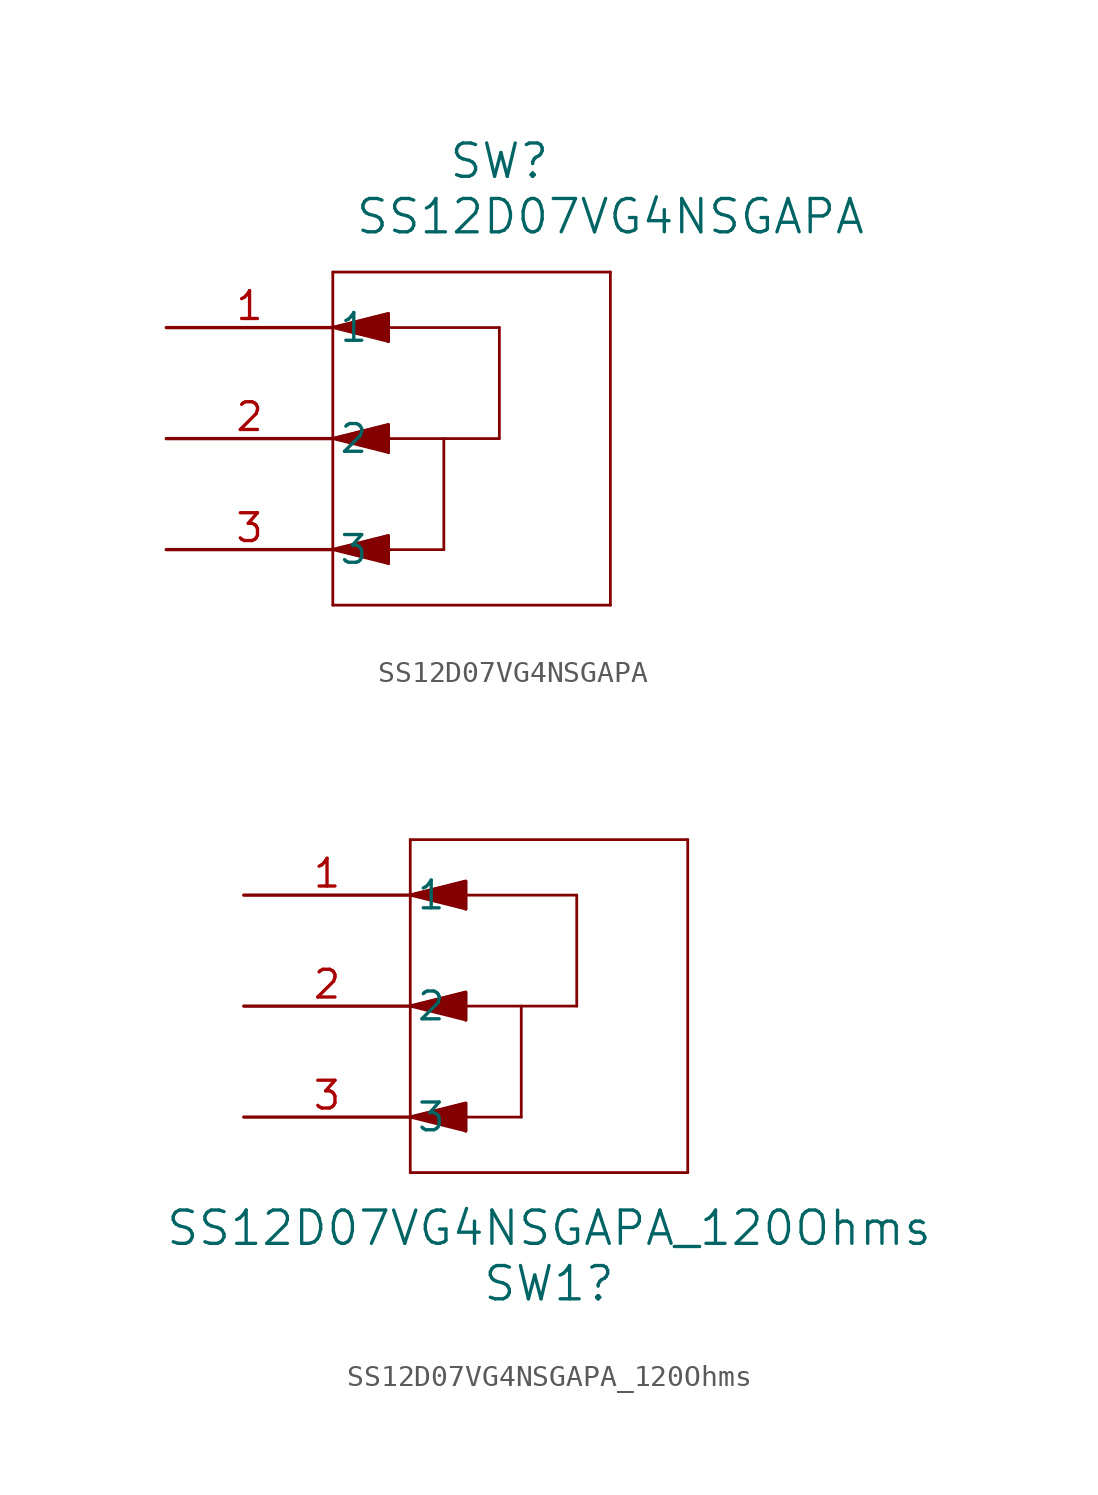
<source format=kicad_sym>
(kicad_symbol_lib
  (version 20231120)
  (generator "kicad_symbol_editor")
  (generator_version "8.0")
  (symbol "SS12D07VG4NSGAPA"
    (pin_names
      (offset 0.254))
    (property "Reference" "SW"
      (at 15.24 7.62 0)
      (effects (font (size 1.524 1.524))))
    (property "Value" "SS12D07VG4NSGAPA"
      (at 20.32 5.08 0)
      (effects (font (size 1.524 1.524))))
    (property "ki_locked" ""
      (at 0 0 0)
      (effects (font (size 1.27 1.27))))
    (symbol "SS12D07VG4NSGAPA_0_1"
      (polyline (pts (xy 7.62 -12.7) (xy 20.32 -12.7)) (stroke (width 0.127) (type default)) (fill (type none)))
      (polyline (pts (xy 7.62 -10.16) (xy 10.16 -9.525)) (stroke (width 0.127) (type default)) (fill (type none)))
      (polyline (pts (xy 7.62 -5.08) (xy 10.16 -4.445)) (stroke (width 0.127) (type default)) (fill (type none)))
      (polyline (pts (xy 7.62 -5.08) (xy 15.24 -5.08)) (stroke (width 0.127) (type default)) (fill (type none)))
      (polyline (pts (xy 7.62 0) (xy 10.16 0.635)) (stroke (width 0.127) (type default)) (fill (type none)))
      (polyline (pts (xy 7.62 0) (xy 15.24 0)) (stroke (width 0.127) (type default)) (fill (type none)))
      (polyline (pts (xy 7.62 2.54) (xy 7.62 -12.7)) (stroke (width 0.127) (type default)) (fill (type none)))
      (polyline (pts (xy 10.16 -10.795) (xy 7.62 -10.16)) (stroke (width 0.127) (type default)) (fill (type none)))
      (polyline (pts (xy 10.16 -9.525) (xy 10.16 -10.795)) (stroke (width 0.127) (type default)) (fill (type none)))
      (polyline (pts (xy 10.16 -5.715) (xy 7.62 -5.08)) (stroke (width 0.127) (type default)) (fill (type none)))
      (polyline (pts (xy 10.16 -4.445) (xy 10.16 -5.715)) (stroke (width 0.127) (type default)) (fill (type none)))
      (polyline (pts (xy 10.16 -0.635) (xy 7.62 0)) (stroke (width 0.127) (type default)) (fill (type none)))
      (polyline (pts (xy 10.16 0.635) (xy 10.16 -0.635)) (stroke (width 0.127) (type default)) (fill (type none)))
      (polyline (pts (xy 12.7 -10.16) (xy 7.62 -10.16)) (stroke (width 0.127) (type default)) (fill (type none)))
      (polyline (pts (xy 12.7 -5.08) (xy 12.7 -10.16)) (stroke (width 0.127) (type default)) (fill (type none)))
      (polyline (pts (xy 15.24 0) (xy 15.24 -5.08)) (stroke (width 0.127) (type default)) (fill (type none)))
      (polyline (pts (xy 20.32 -12.7) (xy 20.32 2.54)) (stroke (width 0.127) (type default)) (fill (type none)))
      (polyline (pts (xy 20.32 2.54) (xy 7.62 2.54)) (stroke (width 0.127) (type default)) (fill (type none)))
      (polyline (pts (xy 7.62 -10.16) (xy 10.16 -9.525) (xy 10.16 -10.795)) (stroke (width 0) (type default)) (fill (type outline)))
      (polyline (pts (xy 7.62 -5.08) (xy 10.16 -4.445) (xy 10.16 -5.715)) (stroke (width 0) (type default)) (fill (type outline)))
      (polyline (pts (xy 7.62 0) (xy 10.16 0.635) (xy 10.16 -0.635)) (stroke (width 0) (type default)) (fill (type outline)))
      (pin unspecified line (at 0 0 0) (length 7.62) (name "1" (effects (font (size 1.27 1.27)))) (number "1" (effects (font (size 1.27 1.27)))))
      (pin unspecified line (at 0 -5.08 0) (length 7.62) (name "2" (effects (font (size 1.27 1.27)))) (number "2" (effects (font (size 1.27 1.27)))))
      (pin unspecified line (at 0 -10.16 0) (length 7.62) (name "3" (effects (font (size 1.27 1.27)))) (number "3" (effects (font (size 1.27 1.27)))))))
  (symbol "SS12D07VG4NSGAPA_120Ohms"
    (pin_names
      (offset 0.254))
    (property "Reference" "SW1"
      (at 13.97 -17.78 0)
      (effects (font (size 1.524 1.524))))
    (property "Value" "SS12D07VG4NSGAPA_120Ohms"
      (at 13.97 -15.24 0)
      (effects (font (size 1.524 1.524))))
    (property "ki_locked" ""
      (at 0 0 0)
      (effects (font (size 1.27 1.27))))
    (symbol "SS12D07VG4NSGAPA_120Ohms_0_1"
      (polyline (pts (xy 7.62 -12.7) (xy 20.32 -12.7)) (stroke (width 0.127) (type default)) (fill (type none)))
      (polyline (pts (xy 7.62 -10.16) (xy 10.16 -9.525)) (stroke (width 0.127) (type default)) (fill (type none)))
      (polyline (pts (xy 7.62 -5.08) (xy 10.16 -4.445)) (stroke (width 0.127) (type default)) (fill (type none)))
      (polyline (pts (xy 7.62 -5.08) (xy 15.24 -5.08)) (stroke (width 0.127) (type default)) (fill (type none)))
      (polyline (pts (xy 7.62 0) (xy 10.16 0.635)) (stroke (width 0.127) (type default)) (fill (type none)))
      (polyline (pts (xy 7.62 0) (xy 15.24 0)) (stroke (width 0.127) (type default)) (fill (type none)))
      (polyline (pts (xy 7.62 2.54) (xy 7.62 -12.7)) (stroke (width 0.127) (type default)) (fill (type none)))
      (polyline (pts (xy 10.16 -10.795) (xy 7.62 -10.16)) (stroke (width 0.127) (type default)) (fill (type none)))
      (polyline (pts (xy 10.16 -9.525) (xy 10.16 -10.795)) (stroke (width 0.127) (type default)) (fill (type none)))
      (polyline (pts (xy 10.16 -5.715) (xy 7.62 -5.08)) (stroke (width 0.127) (type default)) (fill (type none)))
      (polyline (pts (xy 10.16 -4.445) (xy 10.16 -5.715)) (stroke (width 0.127) (type default)) (fill (type none)))
      (polyline (pts (xy 10.16 -0.635) (xy 7.62 0)) (stroke (width 0.127) (type default)) (fill (type none)))
      (polyline (pts (xy 10.16 0.635) (xy 10.16 -0.635)) (stroke (width 0.127) (type default)) (fill (type none)))
      (polyline (pts (xy 12.7 -10.16) (xy 7.62 -10.16)) (stroke (width 0.127) (type default)) (fill (type none)))
      (polyline (pts (xy 12.7 -5.08) (xy 12.7 -10.16)) (stroke (width 0.127) (type default)) (fill (type none)))
      (polyline (pts (xy 15.24 0) (xy 15.24 -5.08)) (stroke (width 0.127) (type default)) (fill (type none)))
      (polyline (pts (xy 20.32 -12.7) (xy 20.32 2.54)) (stroke (width 0.127) (type default)) (fill (type none)))
      (polyline (pts (xy 20.32 2.54) (xy 7.62 2.54)) (stroke (width 0.127) (type default)) (fill (type none)))
      (polyline (pts (xy 7.62 -10.16) (xy 10.16 -9.525) (xy 10.16 -10.795)) (stroke (width 0) (type default)) (fill (type outline)))
      (polyline (pts (xy 7.62 -5.08) (xy 10.16 -4.445) (xy 10.16 -5.715)) (stroke (width 0) (type default)) (fill (type outline)))
      (polyline (pts (xy 7.62 0) (xy 10.16 0.635) (xy 10.16 -0.635)) (stroke (width 0) (type default)) (fill (type outline))))
    (symbol "SS12D07VG4NSGAPA_120Ohms_1_1"
      (pin input line (at 0 0 0) (length 7.62) (name "1" (effects (font (size 1.27 1.27)))) (number "1" (effects (font (size 1.27 1.27)))))
      (pin output line (at 0 -5.08 0) (length 7.62) (name "2" (effects (font (size 1.27 1.27)))) (number "2" (effects (font (size 1.27 1.27)))))
      (pin input line (at 0 -10.16 0) (length 7.62) (name "3" (effects (font (size 1.27 1.27)))) (number "3" (effects (font (size 1.27 1.27))))))))
</source>
